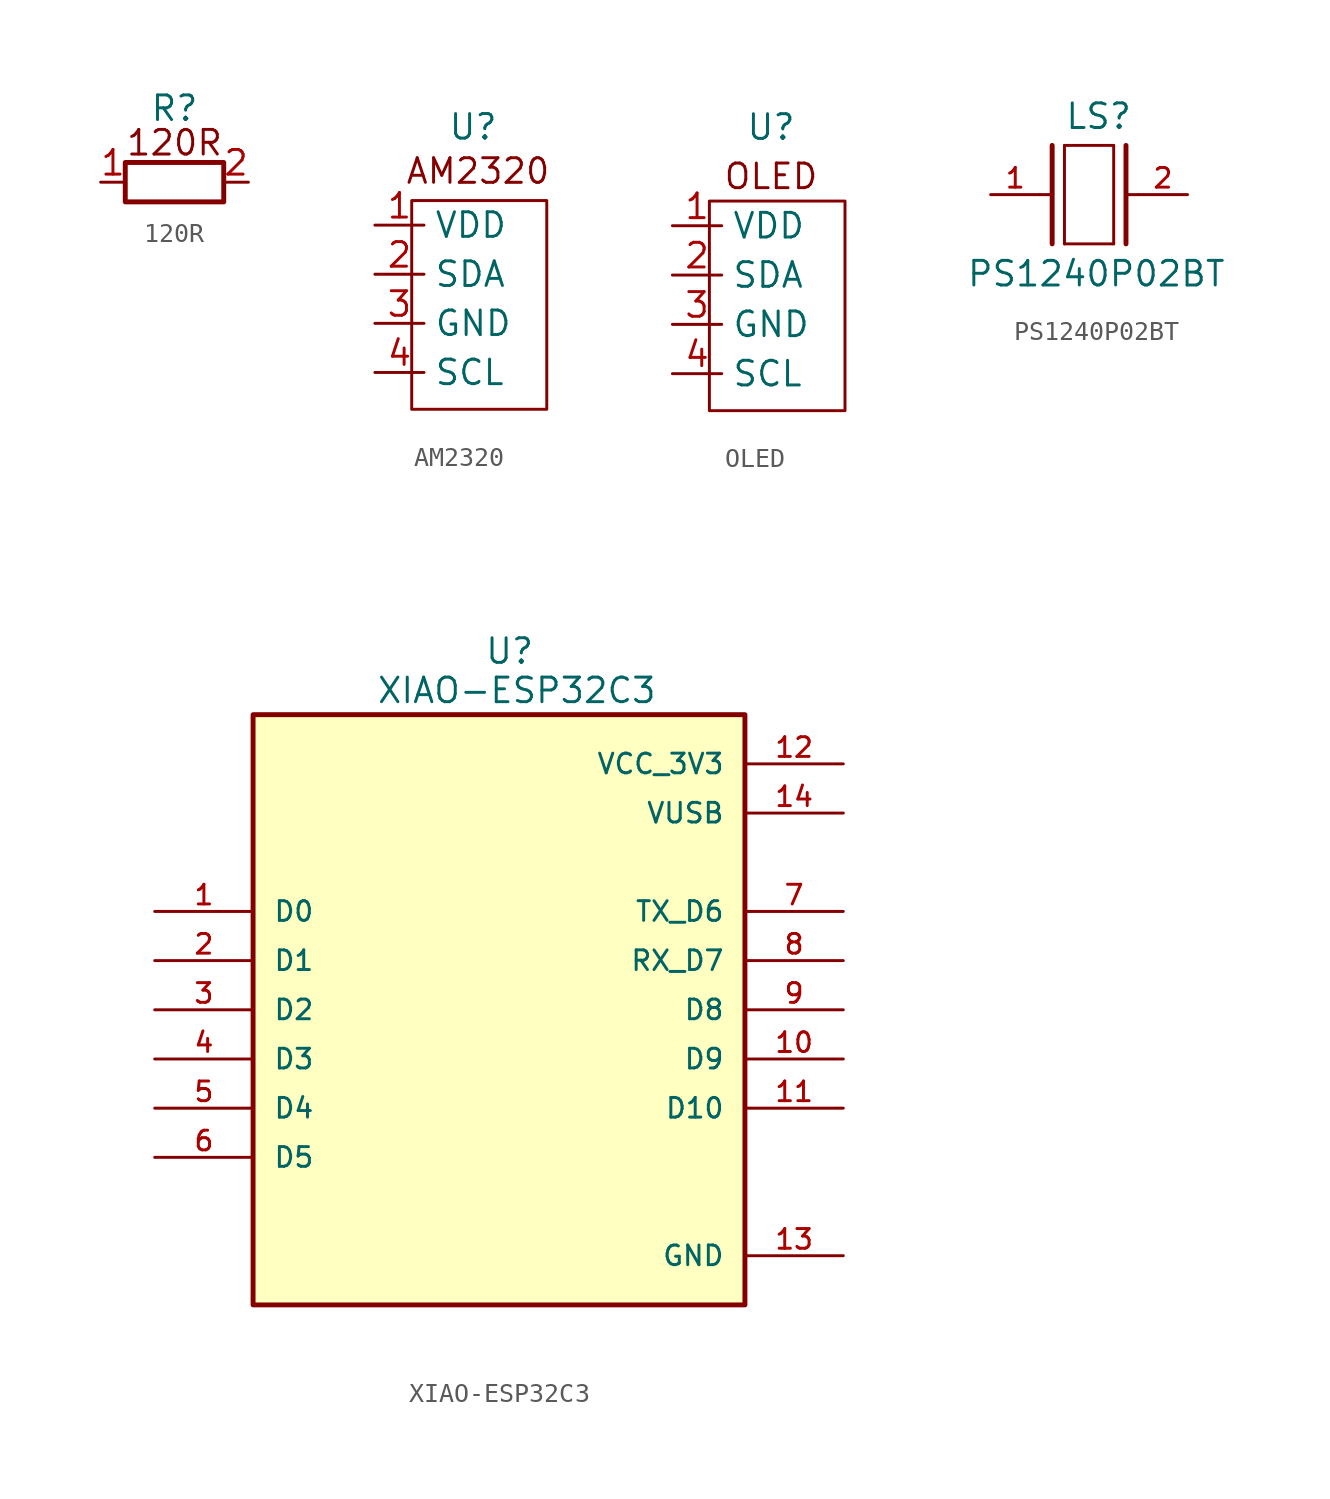
<source format=kicad_sym>
(kicad_symbol_lib
  (version 20241209)
  (generator "kicad_symbol_editor")
  (generator_version "9.0")
  (symbol "120R"
    (property "Reference" "R"
      (at 0 0 0)
      (effects (font (size 1.27 1.27))))
    (property "Value" ""
      (at 0 0 0)
      (effects (font (size 1.27 1.27))))
    (symbol "120R_0_1"
      (rectangle (start -2.54 -2.794) (end 2.54 -4.826) (stroke (width 0.254) (type default)) (fill (type none))))
    (symbol "120R_1_1"
      (text "120R" (at 0 -1.778 0) (effects (font (size 1.27 1.27))))
      (pin passive line (at -3.81 -3.81 0) (length 1.27) (name "~" (effects (font (size 1.27 1.27)))) (number "1" (effects (font (size 1.27 1.27)))))
      (pin passive line (at 3.81 -3.81 180) (length 1.27) (name "~" (effects (font (size 1.27 1.27)))) (number "2" (effects (font (size 1.27 1.27)))))))
  (symbol "AM2320"
    (property "Reference" "U"
      (at 0 0 0)
      (effects (font (size 1.27 1.27))))
    (property "Value" ""
      (at 0 0 0)
      (effects (font (size 1.27 1.27))))
    (symbol "AM2320_0_1"
      (rectangle (start -3.175 -3.81) (end 3.81 -14.605) (stroke (width 0) (type default)) (fill (type none))))
    (symbol "AM2320_1_1"
      (text "AM2320" (at 0.254 -2.286 0) (effects (font (size 1.27 1.27))))
      (pin power_in line (at -5.08 -5.08 0) (length 2.54) (name "VDD" (effects (font (size 1.27 1.27)))) (number "1" (effects (font (size 1.27 1.27)))))
      (pin output line (at -5.08 -7.62 0) (length 2.54) (name "SDA" (effects (font (size 1.27 1.27)))) (number "2" (effects (font (size 1.27 1.27)))))
      (pin power_out line (at -5.08 -10.16 0) (length 2.54) (name "GND" (effects (font (size 1.27 1.27)))) (number "3" (effects (font (size 1.27 1.27)))))
      (pin output line (at -5.08 -12.7 0) (length 2.54) (name "SCL" (effects (font (size 1.27 1.27)))) (number "4" (effects (font (size 1.27 1.27)))))))
  (symbol "OLED"
    (property "Reference" "U"
      (at 0 0 0)
      (effects (font (size 1.27 1.27))))
    (property "Value" ""
      (at 0 0 0)
      (effects (font (size 1.27 1.27))))
    (symbol "OLED_0_1"
      (rectangle (start -3.175 -3.81) (end 3.81 -14.605) (stroke (width 0) (type default)) (fill (type none))))
    (symbol "OLED_1_1"
      (text "OLED" (at 0 -2.54 0) (effects (font (size 1.27 1.27))))
      (pin power_in line (at -5.08 -5.08 0) (length 2.54) (name "VDD" (effects (font (size 1.27 1.27)))) (number "1" (effects (font (size 1.27 1.27)))))
      (pin output line (at -5.08 -7.62 0) (length 2.54) (name "SDA" (effects (font (size 1.27 1.27)))) (number "2" (effects (font (size 1.27 1.27)))))
      (pin power_out line (at -5.08 -10.16 0) (length 2.54) (name "GND" (effects (font (size 1.27 1.27)))) (number "3" (effects (font (size 1.27 1.27)))))
      (pin output line (at -5.08 -12.7 0) (length 2.54) (name "SCL" (effects (font (size 1.27 1.27)))) (number "4" (effects (font (size 1.27 1.27)))))))
  (symbol "PS1240P02BT"
    (pin_names
      (offset 1.016))
    (property "Reference" "LS"
      (at -1.27 3.302 0)
      (effects (font (size 1.27 1.27)) (justify left bottom)))
    (property "Value" "PS1240P02BT"
      (at -6.35 -4.826 0)
      (effects (font (size 1.27 1.27)) (justify left bottom)))
    (symbol "PS1240P02BT_0_0"
      (polyline (pts (xy -2.54 0) (xy -1.905 0)) (stroke (width 0.152) (type default)) (fill (type none)))
      (polyline (pts (xy -1.905 -2.54) (xy -1.905 2.54)) (stroke (width 0.254) (type default)) (fill (type none)))
      (polyline (pts (xy -1.27 2.54) (xy -1.27 -2.54)) (stroke (width 0.152) (type default)) (fill (type none)))
      (polyline (pts (xy -1.27 -2.54) (xy 1.27 -2.54)) (stroke (width 0.152) (type default)) (fill (type none)))
      (polyline (pts (xy 1.27 2.54) (xy -1.27 2.54)) (stroke (width 0.152) (type default)) (fill (type none)))
      (polyline (pts (xy 1.27 -2.54) (xy 1.27 2.54)) (stroke (width 0.152) (type default)) (fill (type none)))
      (polyline (pts (xy 1.905 2.54) (xy 1.905 -2.54)) (stroke (width 0.254) (type default)) (fill (type none)))
      (polyline (pts (xy 1.905 0) (xy 2.54 0)) (stroke (width 0.152) (type default)) (fill (type none)))
      (pin passive line (at -5.08 0 0) (length 2.54) (name "~" (effects (font (size 1.016 1.016)))) (number "1" (effects (font (size 1.016 1.016)))))
      (pin passive line (at 5.08 0 180) (length 2.54) (name "~" (effects (font (size 1.016 1.016)))) (number "2" (effects (font (size 1.016 1.016)))))))
  (symbol "XIAO-ESP32C3"
    (pin_names
      (offset 1.016))
    (property "Reference" "U"
      (at -0.762 17.78 0)
      (effects (font (size 1.27 1.27)) (justify left bottom)))
    (property "Value" "XIAO-ESP32C3"
      (at -6.35 15.748 0)
      (effects (font (size 1.27 1.27)) (justify left bottom)))
    (symbol "XIAO-ESP32C3_0_0"
      (rectangle (start -12.7 15.24) (end 12.7 -15.24) (stroke (width 0.254) (type default)) (fill (type background)))
      (pin bidirectional line (at -17.78 5.08 0) (length 5.08) (name "D0" (effects (font (size 1.016 1.016)))) (number "1" (effects (font (size 1.016 1.016)))))
      (pin bidirectional line (at -17.78 2.54 0) (length 5.08) (name "D1" (effects (font (size 1.016 1.016)))) (number "2" (effects (font (size 1.016 1.016)))))
      (pin bidirectional line (at -17.78 0 0) (length 5.08) (name "D2" (effects (font (size 1.016 1.016)))) (number "3" (effects (font (size 1.016 1.016)))))
      (pin bidirectional line (at -17.78 -2.54 0) (length 5.08) (name "D3" (effects (font (size 1.016 1.016)))) (number "4" (effects (font (size 1.016 1.016)))))
      (pin bidirectional line (at -17.78 -5.08 0) (length 5.08) (name "D4" (effects (font (size 1.016 1.016)))) (number "5" (effects (font (size 1.016 1.016)))))
      (pin bidirectional line (at -17.78 -7.62 0) (length 5.08) (name "D5" (effects (font (size 1.016 1.016)))) (number "6" (effects (font (size 1.016 1.016)))))
      (pin power_in line (at 17.78 12.7 180) (length 5.08) (name "VCC_3V3" (effects (font (size 1.016 1.016)))) (number "12" (effects (font (size 1.016 1.016)))))
      (pin power_in line (at 17.78 10.16 180) (length 5.08) (name "VUSB" (effects (font (size 1.016 1.016)))) (number "14" (effects (font (size 1.016 1.016)))))
      (pin bidirectional line (at 17.78 5.08 180) (length 5.08) (name "TX_D6" (effects (font (size 1.016 1.016)))) (number "7" (effects (font (size 1.016 1.016)))))
      (pin bidirectional line (at 17.78 2.54 180) (length 5.08) (name "RX_D7" (effects (font (size 1.016 1.016)))) (number "8" (effects (font (size 1.016 1.016)))))
      (pin bidirectional line (at 17.78 0 180) (length 5.08) (name "D8" (effects (font (size 1.016 1.016)))) (number "9" (effects (font (size 1.016 1.016)))))
      (pin bidirectional line (at 17.78 -2.54 180) (length 5.08) (name "D9" (effects (font (size 1.016 1.016)))) (number "10" (effects (font (size 1.016 1.016)))))
      (pin bidirectional line (at 17.78 -5.08 180) (length 5.08) (name "D10" (effects (font (size 1.016 1.016)))) (number "11" (effects (font (size 1.016 1.016)))))
      (pin power_in line (at 17.78 -12.7 180) (length 5.08) (name "GND" (effects (font (size 1.016 1.016)))) (number "13" (effects (font (size 1.016 1.016))))))))
</source>
